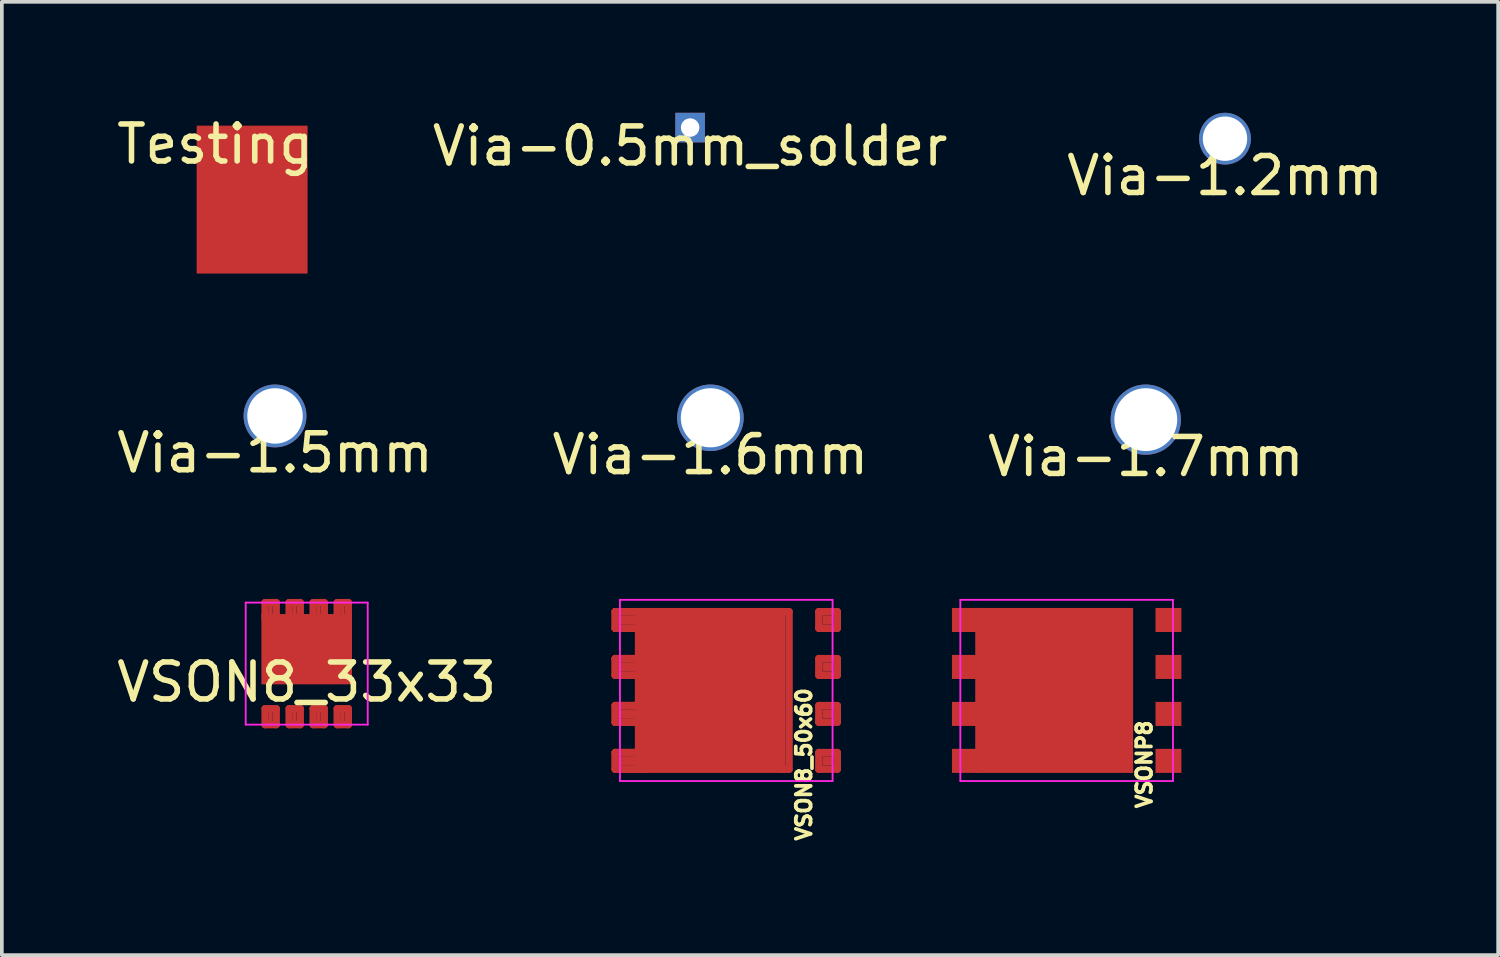
<source format=kicad_pcb>
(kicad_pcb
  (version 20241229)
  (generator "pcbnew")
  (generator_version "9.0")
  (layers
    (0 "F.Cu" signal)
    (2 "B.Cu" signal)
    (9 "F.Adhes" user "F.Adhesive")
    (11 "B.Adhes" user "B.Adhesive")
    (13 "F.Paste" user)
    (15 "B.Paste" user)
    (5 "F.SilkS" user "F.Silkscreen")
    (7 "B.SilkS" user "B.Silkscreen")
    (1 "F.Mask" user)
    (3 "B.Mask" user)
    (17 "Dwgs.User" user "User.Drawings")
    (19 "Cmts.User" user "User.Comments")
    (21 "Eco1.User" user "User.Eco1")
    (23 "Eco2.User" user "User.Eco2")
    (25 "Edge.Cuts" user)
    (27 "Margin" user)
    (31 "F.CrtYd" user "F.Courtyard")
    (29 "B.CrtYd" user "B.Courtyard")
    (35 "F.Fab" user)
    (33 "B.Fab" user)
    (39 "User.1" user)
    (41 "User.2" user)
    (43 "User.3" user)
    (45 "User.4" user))
  (footprint "VSONP8"
    (layer "F.Cu")
    (at 25.795 15.621)
    (property "Reference" "VSONP8" (at 2.1 2 90) (layer "F.SilkS") (effects (font (size 0.4 0.4) (thickness 0.1))))
    (attr through_hole)
    (fp_line (start -2.875 -2.45) (end 2.875 -2.45) (stroke (width 0.05) (type solid)) (layer "F.CrtYd"))
    (fp_line (start -2.875 2.45) (end -2.875 -2.45) (stroke (width 0.05) (type solid)) (layer "F.CrtYd"))
    (fp_line (start 2.875 -2.45) (end 2.875 2.45) (stroke (width 0.05) (type solid)) (layer "F.CrtYd"))
    (fp_line (start 2.875 2.45) (end -2.875 2.45) (stroke (width 0.05) (type solid)) (layer "F.CrtYd"))
    (pad "D" smd rect (at -2.752 -1.905) (size 0.7 0.65) (layers "F.Cu" "F.Mask" "F.Paste"))
    (pad "D" smd rect (at -2.752 -0.635) (size 0.7 0.65) (layers "F.Cu" "F.Mask" "F.Paste"))
    (pad "D" smd rect (at -2.752 0.635) (size 0.7 0.65) (layers "F.Cu" "F.Mask" "F.Paste"))
    (pad "D" smd rect (at -2.752 1.905) (size 0.7 0.65) (layers "F.Cu" "F.Mask" "F.Paste"))
    (pad "D" smd rect (at -0.337 0) (size 4.27 4.46) (layers "F.Cu" "F.Mask" "F.Paste"))
    (pad "G" smd rect (at 2.753 -1.905) (size 0.7 0.65) (layers "F.Cu" "F.Mask" "F.Paste"))
    (pad "S" smd rect (at 2.753 -0.635) (size 0.7 0.65) (layers "F.Cu" "F.Mask" "F.Paste"))
    (pad "S" smd rect (at 2.753 0.635) (size 0.7 0.65) (layers "F.Cu" "F.Mask" "F.Paste"))
    (pad "S" smd rect (at 2.753 1.905) (size 0.7 0.65) (layers "F.Cu" "F.Mask" "F.Paste")))
  (footprint "Via-1.2mm"
    (layer "F.Cu")
    (at 30.077 0.7)
    (property "Reference" "Via-1.2mm" (at 0 1 0) (layer "F.SilkS") (effects (font (size 1 1) (thickness 0.15))))
    (attr through_hole)
    (pad "1" thru_hole circle (at 0 0) (size 1.4 1.4) (drill 1.2) (layers "*.Cu")))
  (footprint "Via-1.5mm"
    (layer "F.Cu")
    (at 4.387 8.198)
    (property "Reference" "Via-1.5mm" (at 0 1 0) (layer "F.SilkS") (effects (font (size 1 1) (thickness 0.15))))
    (attr through_hole)
    (pad "1" thru_hole circle (at 0 0) (size 1.7 1.7) (drill 1.5) (layers "*.Cu")))
  (footprint "Testing"
    (layer "F.Cu")
    (at 2.768 0.348)
    (property "Reference" "Testing" (at 0 0.5 0) (layer "F.SilkS") (effects (font (size 1 1) (thickness 0.15))))
    (attr through_hole)
    (pad "2" smd rect (at 1 2) (size 3 4) (layers "F.Cu" "F.Mask" "F.Paste")))
  (footprint "VSON8_50x60"
    (layer "F.Cu")
    (at 16.59 15.621)
    (property "Reference" "VSON8_50x60" (at 2.1 2 90) (layer "F.SilkS") (effects (font (size 0.4 0.4) (thickness 0.1))))
    (attr through_hole)
    (fp_line (start -2.875 -2.45) (end 2.875 -2.45) (stroke (width 0.05) (type solid)) (layer "F.CrtYd"))
    (fp_line (start -2.875 2.45) (end -2.875 -2.45) (stroke (width 0.05) (type solid)) (layer "F.CrtYd"))
    (fp_line (start 2.875 -2.45) (end 2.875 2.45) (stroke (width 0.05) (type solid)) (layer "F.CrtYd"))
    (fp_line (start 2.875 2.45) (end -2.875 2.45) (stroke (width 0.05) (type solid)) (layer "F.CrtYd"))
    (pad "D" smd oval (at -3.002 -1.905) (size 0.2 0.65) (layers "F.Cu" "F.Mask" "F.Paste"))
    (pad "D" smd oval (at -3.002 -1.905) (size 0.2 0.65) (layers "F.Cu" "F.Mask" "F.Paste"))
    (pad "D" smd oval (at -3.002 -0.635) (size 0.2 0.65) (layers "F.Cu" "F.Mask" "F.Paste"))
    (pad "D" smd oval (at -3.002 -0.635) (size 0.2 0.65) (layers "F.Cu" "F.Mask" "F.Paste"))
    (pad "D" smd oval (at -3.002 0.635) (size 0.2 0.65) (layers "F.Cu" "F.Mask" "F.Paste"))
    (pad "D" smd oval (at -3.002 0.635) (size 0.2 0.65) (layers "F.Cu" "F.Mask" "F.Paste"))
    (pad "D" smd oval (at -3.002 1.905) (size 0.2 0.65) (layers "F.Cu" "F.Mask" "F.Paste"))
    (pad "D" smd oval (at -3.002 1.905) (size 0.2 0.65) (layers "F.Cu" "F.Mask" "F.Paste"))
    (pad "D" smd oval (at -2.602 -2.13) (size 1 0.2) (layers "F.Cu" "F.Mask" "F.Paste"))
    (pad "D" smd oval (at -2.602 -2.13) (size 1 0.2) (layers "F.Cu" "F.Mask" "F.Paste"))
    (pad "D" smd oval (at -2.602 -1.68) (size 1 0.2) (layers "F.Cu" "F.Mask" "F.Paste"))
    (pad "D" smd oval (at -2.602 -1.68) (size 1 0.2) (layers "F.Cu" "F.Mask" "F.Paste"))
    (pad "D" smd oval (at -2.602 -0.86) (size 1 0.2) (layers "F.Cu" "F.Mask" "F.Paste"))
    (pad "D" smd oval (at -2.602 -0.86) (size 1 0.2) (layers "F.Cu" "F.Mask" "F.Paste"))
    (pad "D" smd oval (at -2.602 -0.41) (size 1 0.2) (layers "F.Cu" "F.Mask" "F.Paste"))
    (pad "D" smd oval (at -2.602 -0.41) (size 1 0.2) (layers "F.Cu" "F.Mask" "F.Paste"))
    (pad "D" smd oval (at -2.602 0.41) (size 1 0.2) (layers "F.Cu" "F.Mask" "F.Paste"))
    (pad "D" smd oval (at -2.602 0.41) (size 1 0.2) (layers "F.Cu" "F.Mask" "F.Paste"))
    (pad "D" smd oval (at -2.602 0.86) (size 1 0.2) (layers "F.Cu" "F.Mask" "F.Paste"))
    (pad "D" smd oval (at -2.602 0.86) (size 1 0.2) (layers "F.Cu" "F.Mask" "F.Paste"))
    (pad "D" smd oval (at -2.602 1.68) (size 1 0.2) (layers "F.Cu" "F.Mask" "F.Paste"))
    (pad "D" smd oval (at -2.602 1.68) (size 1 0.2) (layers "F.Cu" "F.Mask" "F.Paste"))
    (pad "D" smd oval (at -2.602 2.13) (size 1 0.2) (layers "F.Cu" "F.Mask" "F.Paste"))
    (pad "D" smd oval (at -2.602 2.13) (size 1 0.2) (layers "F.Cu" "F.Mask" "F.Paste"))
    (pad "D" smd rect (at -2.502 -1.905) (size 0.8 0.25) (layers "F.Cu" "F.Mask" "F.Paste"))
    (pad "D" smd rect (at -2.502 -0.635) (size 0.8 0.25) (layers "F.Cu" "F.Mask" "F.Paste"))
    (pad "D" smd rect (at -2.502 0.635) (size 0.8 0.25) (layers "F.Cu" "F.Mask" "F.Paste"))
    (pad "D" smd rect (at -2.502 1.905) (size 0.8 0.25) (layers "F.Cu" "F.Mask" "F.Paste"))
    (pad "D" smd rect (at -0.437 0) (size 4.07 4.46) (layers "F.Cu" "F.Mask" "F.Paste"))
    (pad "D" smd oval (at 1.598 -2.13) (size 0.4 0.2) (layers "F.Cu" "F.Mask" "F.Paste"))
    (pad "D" smd oval (at 1.598 2.13) (size 0.4 0.2) (layers "F.Cu" "F.Mask" "F.Paste"))
    (pad "D" smd oval (at 1.698 0) (size 0.2 4.46) (layers "F.Cu" "F.Mask" "F.Paste"))
    (pad "G" smd oval (at 2.503 -1.905) (size 0.2 0.65) (layers "F.Cu" "F.Mask" "F.Paste"))
    (pad "G" smd oval (at 2.753 -2.13) (size 0.7 0.2) (layers "F.Cu" "F.Mask" "F.Paste"))
    (pad "G" smd rect (at 2.753 -1.905) (size 0.3 0.25) (layers "F.Cu" "F.Mask" "F.Paste"))
    (pad "G" smd oval (at 2.753 -1.68) (size 0.7 0.2) (layers "F.Cu" "F.Mask" "F.Paste"))
    (pad "G" smd oval (at 3.003 -1.905) (size 0.2 0.65) (layers "F.Cu" "F.Mask" "F.Paste"))
    (pad "S" smd oval (at 2.503 -0.635) (size 0.2 0.65) (layers "F.Cu" "F.Mask" "F.Paste"))
    (pad "S" smd oval (at 2.503 0.635) (size 0.2 0.65) (layers "F.Cu" "F.Mask" "F.Paste"))
    (pad "S" smd oval (at 2.503 1.905) (size 0.2 0.65) (layers "F.Cu" "F.Mask" "F.Paste"))
    (pad "S" smd oval (at 2.753 -0.86) (size 0.7 0.2) (layers "F.Cu" "F.Mask" "F.Paste"))
    (pad "S" smd rect (at 2.753 -0.635) (size 0.3 0.25) (layers "F.Cu" "F.Mask" "F.Paste"))
    (pad "S" smd oval (at 2.753 -0.41) (size 0.7 0.2) (layers "F.Cu" "F.Mask" "F.Paste"))
    (pad "S" smd oval (at 2.753 0.41) (size 0.7 0.2) (layers "F.Cu" "F.Mask" "F.Paste"))
    (pad "S" smd rect (at 2.753 0.635) (size 0.3 0.25) (layers "F.Cu" "F.Mask" "F.Paste"))
    (pad "S" smd oval (at 2.753 0.86) (size 0.7 0.2) (layers "F.Cu" "F.Mask" "F.Paste"))
    (pad "S" smd oval (at 2.753 1.68) (size 0.7 0.2) (layers "F.Cu" "F.Mask" "F.Paste"))
    (pad "S" smd rect (at 2.753 1.905) (size 0.3 0.25) (layers "F.Cu" "F.Mask" "F.Paste"))
    (pad "S" smd oval (at 2.753 2.13) (size 0.7 0.2) (layers "F.Cu" "F.Mask" "F.Paste"))
    (pad "S" smd oval (at 3.003 -0.635) (size 0.2 0.65) (layers "F.Cu" "F.Mask" "F.Paste"))
    (pad "S" smd oval (at 3.003 0.635) (size 0.2 0.65) (layers "F.Cu" "F.Mask" "F.Paste"))
    (pad "S" smd oval (at 3.003 1.905) (size 0.2 0.65) (layers "F.Cu" "F.Mask" "F.Paste")))
  (footprint "VSON8_33x33"
    (layer "F.Cu")
    (at 5.244 14.896)
    (property "Reference" "VSON8_33x33" (at 0 0.5 0) (layer "F.SilkS") (effects (font (size 1 1) (thickness 0.15))))
    (attr through_hole)
    (fp_line (start -1.65 -1.65) (end 1.65 -1.65) (stroke (width 0.05) (type solid)) (layer "F.CrtYd"))
    (fp_line (start -1.65 1.65) (end -1.65 -1.65) (stroke (width 0.05) (type solid)) (layer "F.CrtYd"))
    (fp_line (start 1.65 -1.65) (end 1.65 1.65) (stroke (width 0.05) (type solid)) (layer "F.CrtYd"))
    (fp_line (start 1.65 1.65) (end -1.65 1.65) (stroke (width 0.05) (type solid)) (layer "F.CrtYd"))
    (pad "D" smd oval (at -1.125 -1.435) (size 0.2 0.63) (layers "F.Cu" "F.Mask" "F.Paste"))
    (pad "D" smd oval (at -0.975 -1.65) (size 0.5 0.2) (layers "F.Cu" "F.Mask" "F.Paste"))
    (pad "D" smd rect (at -0.975 -1.435) (size 0.1 0.43) (layers "F.Cu" "F.Mask" "F.Paste"))
    (pad "D" smd oval (at -0.825 -1.435) (size 0.2 0.63) (layers "F.Cu" "F.Mask" "F.Paste"))
    (pad "D" smd oval (at -0.475 -1.435) (size 0.2 0.63) (layers "F.Cu" "F.Mask" "F.Paste"))
    (pad "D" smd oval (at -0.325 -1.65) (size 0.5 0.2) (layers "F.Cu" "F.Mask" "F.Paste"))
    (pad "D" smd rect (at -0.325 -1.435) (size 0.1 0.43) (layers "F.Cu" "F.Mask" "F.Paste"))
    (pad "D" smd oval (at -0.175 -1.435) (size 0.2 0.63) (layers "F.Cu" "F.Mask" "F.Paste"))
    (pad "D" smd rect (at 0 -0.39) (size 2.45 1.9) (layers "F.Cu" "F.Mask" "F.Paste"))
    (pad "D" smd oval (at 0.175 -1.435) (size 0.2 0.63) (layers "F.Cu" "F.Mask" "F.Paste"))
    (pad "D" smd oval (at 0.325 -1.65) (size 0.5 0.2) (layers "F.Cu" "F.Mask" "F.Paste"))
    (pad "D" smd rect (at 0.325 -1.435) (size 0.1 0.43) (layers "F.Cu" "F.Mask" "F.Paste"))
    (pad "D" smd oval (at 0.475 -1.435) (size 0.2 0.63) (layers "F.Cu" "F.Mask" "F.Paste"))
    (pad "D" smd oval (at 0.825 -1.435) (size 0.2 0.63) (layers "F.Cu" "F.Mask" "F.Paste"))
    (pad "D" smd oval (at 0.975 -1.65) (size 0.5 0.2) (layers "F.Cu" "F.Mask" "F.Paste"))
    (pad "D" smd rect (at 0.975 -1.435) (size 0.1 0.43) (layers "F.Cu" "F.Mask" "F.Paste"))
    (pad "D" smd oval (at 1.125 -1.435) (size 0.2 0.63) (layers "F.Cu" "F.Mask" "F.Paste"))
    (pad "G" smd oval (at 0.825 1.435) (size 0.2 0.63) (layers "F.Cu" "F.Mask" "F.Paste"))
    (pad "G" smd oval (at 0.975 1.22) (size 0.5 0.2) (layers "F.Cu" "F.Mask" "F.Paste"))
    (pad "G" smd rect (at 0.975 1.435) (size 0.1 0.43) (layers "F.Cu" "F.Mask" "F.Paste"))
    (pad "G" smd oval (at 0.975 1.65) (size 0.5 0.2) (layers "F.Cu" "F.Mask" "F.Paste"))
    (pad "G" smd oval (at 1.125 1.435) (size 0.2 0.63) (layers "F.Cu" "F.Mask" "F.Paste"))
    (pad "S" smd oval (at -1.125 1.435) (size 0.2 0.63) (layers "F.Cu" "F.Mask" "F.Paste"))
    (pad "S" smd oval (at -0.975 1.22) (size 0.5 0.2) (layers "F.Cu" "F.Mask" "F.Paste"))
    (pad "S" smd rect (at -0.975 1.435) (size 0.1 0.43) (layers "F.Cu" "F.Mask" "F.Paste"))
    (pad "S" smd oval (at -0.975 1.65) (size 0.5 0.2) (layers "F.Cu" "F.Mask" "F.Paste"))
    (pad "S" smd oval (at -0.825 1.435) (size 0.2 0.63) (layers "F.Cu" "F.Mask" "F.Paste"))
    (pad "S" smd oval (at -0.475 1.435) (size 0.2 0.63) (layers "F.Cu" "F.Mask" "F.Paste"))
    (pad "S" smd oval (at -0.325 1.22) (size 0.5 0.2) (layers "F.Cu" "F.Mask" "F.Paste"))
    (pad "S" smd rect (at -0.325 1.435) (size 0.1 0.43) (layers "F.Cu" "F.Mask" "F.Paste"))
    (pad "S" smd oval (at -0.325 1.65) (size 0.5 0.2) (layers "F.Cu" "F.Mask" "F.Paste"))
    (pad "S" smd oval (at -0.175 1.435) (size 0.2 0.63) (layers "F.Cu" "F.Mask" "F.Paste"))
    (pad "S" smd oval (at 0.175 1.435) (size 0.2 0.63) (layers "F.Cu" "F.Mask" "F.Paste"))
    (pad "S" smd oval (at 0.325 1.22) (size 0.5 0.2) (layers "F.Cu" "F.Mask" "F.Paste"))
    (pad "S" smd rect (at 0.325 1.435) (size 0.1 0.43) (layers "F.Cu" "F.Mask" "F.Paste"))
    (pad "S" smd oval (at 0.325 1.65) (size 0.5 0.2) (layers "F.Cu" "F.Mask" "F.Paste"))
    (pad "S" smd oval (at 0.475 1.435) (size 0.2 0.63) (layers "F.Cu" "F.Mask" "F.Paste")))
  (footprint "Via-0.5mm_solder"
    (layer "F.Cu")
    (at 15.613 0.4)
    (property "Reference" "Via-0.5mm_solder" (at 0 0.5 0) (layer "F.SilkS") (effects (font (size 1 1) (thickness 0.15))))
    (attr through_hole)
    (pad "1" thru_hole rect (at 0 0) (size 0.8 0.8) (drill 0.5) (layers "*.Cu")))
  (footprint "Via-1.7mm"
    (layer "F.Cu")
    (at 27.935 8.298)
    (property "Reference" "Via-1.7mm" (at 0 1 0) (layer "F.SilkS") (effects (font (size 1 1) (thickness 0.15))))
    (attr through_hole)
    (pad "1" thru_hole circle (at 0 0) (size 1.9 1.9) (drill 1.7) (layers "*.Cu")))
  (footprint "Via-1.6mm"
    (layer "F.Cu")
    (at 16.161 8.248)
    (property "Reference" "Via-1.6mm" (at 0 1 0) (layer "F.SilkS") (effects (font (size 1 1) (thickness 0.15))))
    (attr through_hole)
    (pad "1" thru_hole circle (at 0 0) (size 1.8 1.8) (drill 1.6) (layers "*.Cu")))
  (gr_rect
    (start -3 -3)
    (end 37.464 22.779)
    (stroke (width 0.1) (type default))
    (fill no)
    (layer "Edge.Cuts")))
</source>
